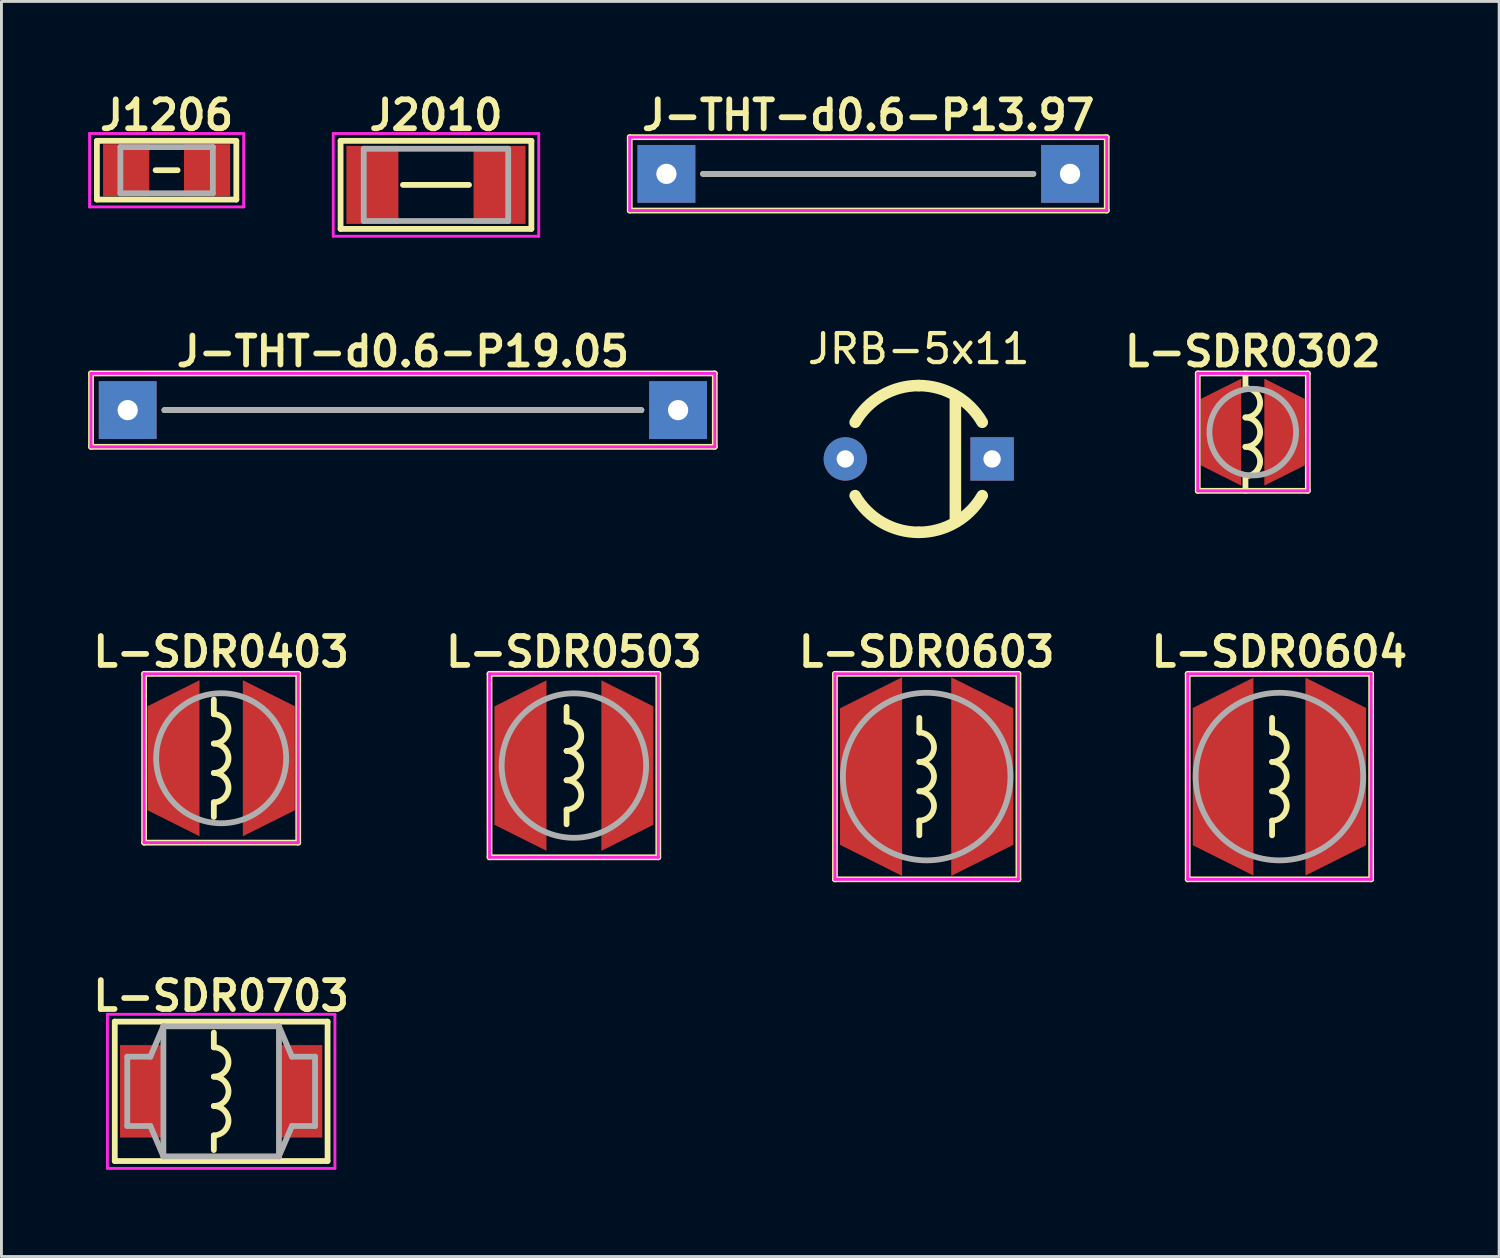
<source format=kicad_pcb>
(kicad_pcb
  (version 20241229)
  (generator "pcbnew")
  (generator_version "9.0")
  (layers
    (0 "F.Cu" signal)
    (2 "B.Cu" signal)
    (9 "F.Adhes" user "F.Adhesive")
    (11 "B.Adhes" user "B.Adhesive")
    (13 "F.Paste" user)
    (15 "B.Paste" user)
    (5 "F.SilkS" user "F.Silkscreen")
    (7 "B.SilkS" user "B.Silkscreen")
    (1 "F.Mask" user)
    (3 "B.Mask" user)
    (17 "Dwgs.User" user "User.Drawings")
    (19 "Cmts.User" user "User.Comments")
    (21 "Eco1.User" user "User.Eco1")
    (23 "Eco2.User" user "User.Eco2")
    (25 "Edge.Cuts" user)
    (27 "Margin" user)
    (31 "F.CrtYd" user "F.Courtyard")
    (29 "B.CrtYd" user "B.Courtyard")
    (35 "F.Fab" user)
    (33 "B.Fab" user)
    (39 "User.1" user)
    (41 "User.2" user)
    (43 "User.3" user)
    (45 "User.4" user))
  (footprint "L-SDR0703"
    (layer "F.Cu")
    (at 4.605 34.723)
    (property "Reference" "L-SDR0703" (at 0 -3.302 0) (layer "F.SilkS") (effects (font (size 1 1) (thickness 0.2))))
    (attr through_hole)
    (fp_line (start -3.683 -2.413) (end -3.683 2.413) (stroke (width 0.2) (type solid)) (layer "F.SilkS"))
    (fp_line (start -3.683 -2.413) (end 3.683 -2.413) (stroke (width 0.2) (type solid)) (layer "F.SilkS"))
    (fp_line (start -3.683 2.413) (end 3.683 2.413) (stroke (width 0.2) (type solid)) (layer "F.SilkS"))
    (fp_line (start -0.254 -1.524) (end -0.254 -2.032) (stroke (width 0.2) (type solid)) (layer "F.SilkS"))
    (fp_line (start -0.254 2.032) (end -0.254 1.524) (stroke (width 0.2) (type solid)) (layer "F.SilkS"))
    (fp_line (start 3.683 -2.413) (end 3.683 2.413) (stroke (width 0.2) (type solid)) (layer "F.SilkS"))
    (fp_arc (start -0.254 -1.524) (mid 0.254 -1.016) (end -0.254 -0.508) (stroke (width 0.2) (type solid)) (layer "F.SilkS"))
    (fp_arc (start -0.254 -0.508) (mid 0.254 0) (end -0.254 0.508) (stroke (width 0.2) (type solid)) (layer "F.SilkS"))
    (fp_arc (start -0.254 0.508) (mid 0.254 1.016) (end -0.254 1.524) (stroke (width 0.2) (type solid)) (layer "F.SilkS"))
    (fp_line (start -3.937 -2.667) (end 3.937 -2.667) (stroke (width 0.1) (type solid)) (layer "F.CrtYd"))
    (fp_line (start -3.937 2.667) (end -3.937 -2.667) (stroke (width 0.1) (type solid)) (layer "F.CrtYd"))
    (fp_line (start 3.937 -2.667) (end 3.937 2.667) (stroke (width 0.1) (type solid)) (layer "F.CrtYd"))
    (fp_line (start 3.937 2.667) (end -3.937 2.667) (stroke (width 0.1) (type solid)) (layer "F.CrtYd"))
    (fp_line (start -3.25 -1.2) (end -3.25 1.2) (stroke (width 0.2) (type solid)) (layer "F.Fab"))
    (fp_line (start -3.25 -1.2) (end -2.45 -1.2) (stroke (width 0.2) (type solid)) (layer "F.Fab"))
    (fp_line (start -3.25 1.2) (end -2.45 1.2) (stroke (width 0.2) (type solid)) (layer "F.Fab"))
    (fp_line (start -2.45 1.2) (end -2 2.25) (stroke (width 0.2) (type solid)) (layer "F.Fab"))
    (fp_line (start -2 -2.25) (end -2.45 -1.2) (stroke (width 0.2) (type solid)) (layer "F.Fab"))
    (fp_line (start -2 -2.25) (end -2 2.25) (stroke (width 0.2) (type solid)) (layer "F.Fab"))
    (fp_line (start -2 -2.25) (end 2 -2.25) (stroke (width 0.2) (type solid)) (layer "F.Fab"))
    (fp_line (start -2 2.25) (end 2 2.25) (stroke (width 0.2) (type solid)) (layer "F.Fab"))
    (fp_line (start 2 -2.25) (end 2 2.25) (stroke (width 0.2) (type solid)) (layer "F.Fab"))
    (fp_line (start 2 -2.25) (end 2.45 -1.2) (stroke (width 0.2) (type solid)) (layer "F.Fab"))
    (fp_line (start 2.45 -1.2) (end 3.25 -1.2) (stroke (width 0.2) (type solid)) (layer "F.Fab"))
    (fp_line (start 2.45 1.2) (end 2 2.25) (stroke (width 0.2) (type solid)) (layer "F.Fab"))
    (fp_line (start 2.45 1.2) (end 3.25 1.2) (stroke (width 0.2) (type solid)) (layer "F.Fab"))
    (fp_line (start 3.25 -1.2) (end 3.25 1.2) (stroke (width 0.2) (type solid)) (layer "F.Fab"))
    (pad "1" smd rect (at -2.75 0) (size 1.5 3.2) (layers "F.Cu" "F.Mask" "F.Paste"))
    (pad "2" smd rect (at 2.75 0) (size 1.5 3.2) (layers "F.Cu" "F.Mask" "F.Paste")))
  (footprint "L-SDR0603"
    (layer "F.Cu")
    (at 29.024 23.829)
    (property "Reference" "L-SDR0603" (at 0 -4.318 0) (layer "F.SilkS") (effects (font (size 1 1) (thickness 0.2))))
    (attr through_hole)
    (fp_line (start -3.175 -3.556) (end -3.175 3.556) (stroke (width 0.2) (type solid)) (layer "F.SilkS"))
    (fp_line (start -3.175 -3.556) (end 3.175 -3.556) (stroke (width 0.2) (type solid)) (layer "F.SilkS"))
    (fp_line (start -3.175 3.556) (end 3.175 3.556) (stroke (width 0.2) (type solid)) (layer "F.SilkS"))
    (fp_line (start -0.254 -1.524) (end -0.254 -2.032) (stroke (width 0.2) (type solid)) (layer "F.SilkS"))
    (fp_line (start -0.254 2.032) (end -0.254 1.524) (stroke (width 0.2) (type solid)) (layer "F.SilkS"))
    (fp_line (start 3.175 -3.556) (end 3.175 3.556) (stroke (width 0.2) (type solid)) (layer "F.SilkS"))
    (fp_arc (start -0.254 -1.524) (mid 0.254 -1.016) (end -0.254 -0.508) (stroke (width 0.2) (type solid)) (layer "F.SilkS"))
    (fp_arc (start -0.254 -0.508) (mid 0.254 0) (end -0.254 0.508) (stroke (width 0.2) (type solid)) (layer "F.SilkS"))
    (fp_arc (start -0.254 0.508) (mid 0.254 1.016) (end -0.254 1.524) (stroke (width 0.2) (type solid)) (layer "F.SilkS"))
    (fp_line (start -3.175 -3.556) (end 3.175 -3.556) (stroke (width 0.1) (type solid)) (layer "F.CrtYd"))
    (fp_line (start -3.175 3.556) (end -3.175 -3.556) (stroke (width 0.1) (type solid)) (layer "F.CrtYd"))
    (fp_line (start 3.175 -3.556) (end 3.175 3.556) (stroke (width 0.1) (type solid)) (layer "F.CrtYd"))
    (fp_line (start 3.175 3.556) (end -3.175 3.556) (stroke (width 0.1) (type solid)) (layer "F.CrtYd"))
    (fp_circle (center 0 0) (end 2.9 0) (stroke (width 0.2) (type solid)) (fill no) (layer "F.Fab"))
    (pad "1" smd trapezoid (at -1.925 0) (size 2.15 5.8) (rect_delta -1.075 0) (layers "F.Cu" "F.Mask"))
    (pad "2" smd trapezoid (at 1.925 0) (size 2.15 5.8) (rect_delta 1.075 0) (layers "F.Cu" "F.Mask")))
  (footprint "J1206"
    (layer "F.Cu")
    (at 2.717 2.841)
    (property "Reference" "J1206" (at 0 -1.905 0) (layer "F.SilkS") (effects (font (size 1 1) (thickness 0.2))))
    (attr through_hole)
    (fp_line (start -2.413 -1.016) (end -2.413 1.016) (stroke (width 0.2) (type solid)) (layer "F.SilkS"))
    (fp_line (start -2.413 -1.016) (end 2.413 -1.016) (stroke (width 0.2) (type solid)) (layer "F.SilkS"))
    (fp_line (start -2.413 1.016) (end 2.413 1.016) (stroke (width 0.2) (type solid)) (layer "F.SilkS"))
    (fp_line (start -0.381 0) (end 0.381 0) (stroke (width 0.2) (type solid)) (layer "F.SilkS"))
    (fp_line (start 2.413 -1.016) (end 2.413 1.016) (stroke (width 0.2) (type solid)) (layer "F.SilkS"))
    (fp_line (start -2.667 -1.27) (end 2.667 -1.27) (stroke (width 0.1) (type solid)) (layer "F.CrtYd"))
    (fp_line (start -2.667 1.27) (end -2.667 -1.27) (stroke (width 0.1) (type solid)) (layer "F.CrtYd"))
    (fp_line (start 2.667 -1.27) (end 2.667 1.27) (stroke (width 0.1) (type solid)) (layer "F.CrtYd"))
    (fp_line (start 2.667 1.27) (end -2.667 1.27) (stroke (width 0.1) (type solid)) (layer "F.CrtYd"))
    (fp_line (start -1.6 -0.8) (end -1.6 0.8) (stroke (width 0.2) (type solid)) (layer "F.Fab"))
    (fp_line (start -1.6 -0.8) (end 1.6 -0.8) (stroke (width 0.2) (type solid)) (layer "F.Fab"))
    (fp_line (start -1.6 0.8) (end 1.6 0.8) (stroke (width 0.2) (type solid)) (layer "F.Fab"))
    (fp_line (start 1.6 -0.8) (end 1.6 0.8) (stroke (width 0.2) (type solid)) (layer "F.Fab"))
    (pad "J" smd rect (at -1.4 0) (size 1.6 1.8) (layers "F.Cu" "F.Mask" "F.Paste"))
    (pad "J" smd rect (at 1.4 0) (size 1.6 1.8) (layers "F.Cu" "F.Mask" "F.Paste")))
  (footprint "J2010"
    (layer "F.Cu")
    (at 12.04 3.349)
    (property "Reference" "J2010" (at 0 -2.413 0) (layer "F.SilkS") (effects (font (size 1 1) (thickness 0.2))))
    (attr through_hole)
    (fp_line (start -3.302 -1.524) (end -3.302 1.524) (stroke (width 0.2) (type solid)) (layer "F.SilkS"))
    (fp_line (start -3.302 -1.524) (end 3.302 -1.524) (stroke (width 0.2) (type solid)) (layer "F.SilkS"))
    (fp_line (start -3.302 1.524) (end 3.302 1.524) (stroke (width 0.2) (type solid)) (layer "F.SilkS"))
    (fp_line (start -1.143 0) (end 1.143 0) (stroke (width 0.2) (type solid)) (layer "F.SilkS"))
    (fp_line (start 3.302 -1.524) (end 3.302 1.524) (stroke (width 0.2) (type solid)) (layer "F.SilkS"))
    (fp_line (start -3.556 -1.778) (end 3.556 -1.778) (stroke (width 0.1) (type solid)) (layer "F.CrtYd"))
    (fp_line (start -3.556 1.778) (end -3.556 -1.778) (stroke (width 0.1) (type solid)) (layer "F.CrtYd"))
    (fp_line (start 3.556 -1.778) (end 3.556 1.778) (stroke (width 0.1) (type solid)) (layer "F.CrtYd"))
    (fp_line (start 3.556 1.778) (end -3.556 1.778) (stroke (width 0.1) (type solid)) (layer "F.CrtYd"))
    (fp_line (start -2.5 -1.25) (end -2.5 1.25) (stroke (width 0.2) (type solid)) (layer "F.Fab"))
    (fp_line (start -2.5 -1.25) (end 2.5 -1.25) (stroke (width 0.2) (type solid)) (layer "F.Fab"))
    (fp_line (start -2.5 1.25) (end 2.5 1.25) (stroke (width 0.2) (type solid)) (layer "F.Fab"))
    (fp_line (start 2.5 -1.25) (end 2.5 1.25) (stroke (width 0.2) (type solid)) (layer "F.Fab"))
    (pad "J" smd rect (at -2.2 0) (size 1.8 2.7) (layers "F.Cu" "F.Mask" "F.Paste"))
    (pad "J" smd rect (at 2.2 0) (size 1.8 2.7) (layers "F.Cu" "F.Mask" "F.Paste")))
  (footprint "J-THT-d0.6-P13.97"
    (layer "F.Cu")
    (at 27.001 2.968)
    (property "Reference" "J-THT-d0.6-P13.97" (at 0 -2.032 0) (layer "F.SilkS") (effects (font (size 1 1) (thickness 0.2))))
    (attr through_hole)
    (fp_line (start -8.255 -1.27) (end -8.255 1.27) (stroke (width 0.2) (type solid)) (layer "F.SilkS"))
    (fp_line (start -8.255 -1.27) (end 8.255 -1.27) (stroke (width 0.2) (type solid)) (layer "F.SilkS"))
    (fp_line (start -8.255 1.27) (end 8.255 1.27) (stroke (width 0.2) (type solid)) (layer "F.SilkS"))
    (fp_line (start -5.715 0) (end 5.715 0) (stroke (width 0.2) (type solid)) (layer "F.SilkS"))
    (fp_line (start 8.255 -1.27) (end 8.255 1.27) (stroke (width 0.2) (type solid)) (layer "F.SilkS"))
    (fp_line (start -8.255 -1.27) (end 8.255 -1.27) (stroke (width 0.1) (type solid)) (layer "F.CrtYd"))
    (fp_line (start -8.255 1.27) (end -8.255 -1.27) (stroke (width 0.1) (type solid)) (layer "F.CrtYd"))
    (fp_line (start 8.255 -1.27) (end 8.255 1.27) (stroke (width 0.1) (type solid)) (layer "F.CrtYd"))
    (fp_line (start 8.255 1.27) (end -8.255 1.27) (stroke (width 0.1) (type solid)) (layer "F.CrtYd"))
    (fp_line (start -5.715 0) (end 5.715 0) (stroke (width 0.2) (type solid)) (layer "F.Fab"))
    (pad "J" thru_hole rect (at -6.985 0) (size 2 2) (drill 0.7) (layers "*.Cu" "*.Mask"))
    (pad "J" thru_hole rect (at 6.985 0) (size 2 2) (drill 0.7) (layers "*.Cu" "*.Mask")))
  (footprint "L-SDR0302"
    (layer "F.Cu")
    (at 40.311 11.907)
    (property "Reference" "L-SDR0302" (at 0 -2.794 0) (layer "F.SilkS") (effects (font (size 1 1) (thickness 0.2))))
    (attr through_hole)
    (fp_line (start -1.905 -2.032) (end -1.905 2.032) (stroke (width 0.2) (type solid)) (layer "F.SilkS"))
    (fp_line (start -1.905 -2.032) (end 1.905 -2.032) (stroke (width 0.2) (type solid)) (layer "F.SilkS"))
    (fp_line (start -1.905 2.032) (end 1.905 2.032) (stroke (width 0.2) (type solid)) (layer "F.SilkS"))
    (fp_line (start -0.254 -1.524) (end -0.254 -2.032) (stroke (width 0.2) (type solid)) (layer "F.SilkS"))
    (fp_line (start -0.254 1.524) (end -0.254 2.032) (stroke (width 0.2) (type solid)) (layer "F.SilkS"))
    (fp_line (start 1.905 -2.032) (end 1.905 2.032) (stroke (width 0.2) (type solid)) (layer "F.SilkS"))
    (fp_arc (start -0.254 -1.524) (mid 0.254 -1.016) (end -0.254 -0.508) (stroke (width 0.2) (type solid)) (layer "F.SilkS"))
    (fp_arc (start -0.254 -0.508) (mid 0.254 0) (end -0.254 0.508) (stroke (width 0.2) (type solid)) (layer "F.SilkS"))
    (fp_arc (start -0.254 0.508) (mid 0.254 1.016) (end -0.254 1.524) (stroke (width 0.2) (type solid)) (layer "F.SilkS"))
    (fp_line (start -1.905 -2.032) (end 1.905 -2.032) (stroke (width 0.1) (type solid)) (layer "F.CrtYd"))
    (fp_line (start -1.905 2.032) (end -1.905 -2.032) (stroke (width 0.1) (type solid)) (layer "F.CrtYd"))
    (fp_line (start 1.905 -2.032) (end 1.905 2.032) (stroke (width 0.1) (type solid)) (layer "F.CrtYd"))
    (fp_line (start 1.905 2.032) (end -1.905 2.032) (stroke (width 0.1) (type solid)) (layer "F.CrtYd"))
    (fp_circle (center 0 0) (end 1.5 0) (stroke (width 0.2) (type solid)) (fill no) (layer "F.Fab"))
    (pad "1" smd trapezoid (at -1.1 0) (size 1.4 3) (rect_delta -0.7 0) (layers "F.Cu" "F.Mask" "F.Paste"))
    (pad "2" smd trapezoid (at 1.1 0) (size 1.4 3) (rect_delta 0.7 0) (layers "F.Cu" "F.Mask" "F.Paste")))
  (footprint "L-SDR0403"
    (layer "F.Cu")
    (at 4.605 23.194)
    (property "Reference" "L-SDR0403" (at 0 -3.683 0) (layer "F.SilkS") (effects (font (size 1 1) (thickness 0.2))))
    (attr through_hole)
    (fp_line (start -2.667 -2.921) (end -2.667 2.921) (stroke (width 0.2) (type solid)) (layer "F.SilkS"))
    (fp_line (start -2.667 -2.921) (end 2.667 -2.921) (stroke (width 0.2) (type solid)) (layer "F.SilkS"))
    (fp_line (start -2.667 2.921) (end 2.667 2.921) (stroke (width 0.2) (type solid)) (layer "F.SilkS"))
    (fp_line (start -0.254 -1.524) (end -0.254 -2.032) (stroke (width 0.2) (type solid)) (layer "F.SilkS"))
    (fp_line (start -0.254 1.524) (end -0.254 2.032) (stroke (width 0.2) (type solid)) (layer "F.SilkS"))
    (fp_line (start 2.667 -2.921) (end 2.667 2.921) (stroke (width 0.2) (type solid)) (layer "F.SilkS"))
    (fp_arc (start -0.254 -1.524) (mid 0.254 -1.016) (end -0.254 -0.508) (stroke (width 0.2) (type solid)) (layer "F.SilkS"))
    (fp_arc (start -0.254 -0.508) (mid 0.254 0) (end -0.254 0.508) (stroke (width 0.2) (type solid)) (layer "F.SilkS"))
    (fp_arc (start -0.254 0.508) (mid 0.254 1.016) (end -0.254 1.524) (stroke (width 0.2) (type solid)) (layer "F.SilkS"))
    (fp_line (start -2.667 -2.921) (end 2.667 -2.921) (stroke (width 0.1) (type solid)) (layer "F.CrtYd"))
    (fp_line (start -2.667 2.921) (end -2.667 -2.921) (stroke (width 0.1) (type solid)) (layer "F.CrtYd"))
    (fp_line (start 2.667 -2.921) (end 2.667 2.921) (stroke (width 0.1) (type solid)) (layer "F.CrtYd"))
    (fp_line (start 2.667 2.921) (end -2.667 2.921) (stroke (width 0.1) (type solid)) (layer "F.CrtYd"))
    (fp_circle (center 0 0) (end 2.25 0) (stroke (width 0.2) (type solid)) (fill no) (layer "F.Fab"))
    (pad "1" smd trapezoid (at -1.65 0) (size 1.8 4.5) (rect_delta -0.9 0) (layers "F.Cu" "F.Mask" "F.Paste"))
    (pad "2" smd trapezoid (at 1.65 0) (size 1.8 4.5) (rect_delta 0.9 0) (layers "F.Cu" "F.Mask" "F.Paste")))
  (footprint "L-SDR0604"
    (layer "F.Cu")
    (at 41.233 23.829)
    (property "Reference" "L-SDR0604" (at 0 -4.318 0) (layer "F.SilkS") (effects (font (size 1 1) (thickness 0.2))))
    (attr through_hole)
    (fp_line (start -3.175 -3.556) (end -3.175 3.556) (stroke (width 0.2) (type solid)) (layer "F.SilkS"))
    (fp_line (start -3.175 -3.556) (end 3.175 -3.556) (stroke (width 0.2) (type solid)) (layer "F.SilkS"))
    (fp_line (start -3.175 3.556) (end 3.175 3.556) (stroke (width 0.2) (type solid)) (layer "F.SilkS"))
    (fp_line (start -0.254 -1.524) (end -0.254 -2.032) (stroke (width 0.2) (type solid)) (layer "F.SilkS"))
    (fp_line (start -0.254 2.032) (end -0.254 1.524) (stroke (width 0.2) (type solid)) (layer "F.SilkS"))
    (fp_line (start 3.175 -3.556) (end 3.175 3.556) (stroke (width 0.2) (type solid)) (layer "F.SilkS"))
    (fp_arc (start -0.254 -1.524) (mid 0.254 -1.016) (end -0.254 -0.508) (stroke (width 0.2) (type solid)) (layer "F.SilkS"))
    (fp_arc (start -0.254 -0.508) (mid 0.254 0) (end -0.254 0.508) (stroke (width 0.2) (type solid)) (layer "F.SilkS"))
    (fp_arc (start -0.254 0.508) (mid 0.254 1.016) (end -0.254 1.524) (stroke (width 0.2) (type solid)) (layer "F.SilkS"))
    (fp_line (start -3.175 -3.556) (end 3.175 -3.556) (stroke (width 0.1) (type solid)) (layer "F.CrtYd"))
    (fp_line (start -3.175 3.556) (end -3.175 -3.556) (stroke (width 0.1) (type solid)) (layer "F.CrtYd"))
    (fp_line (start 3.175 -3.556) (end 3.175 3.556) (stroke (width 0.1) (type solid)) (layer "F.CrtYd"))
    (fp_line (start 3.175 3.556) (end -3.175 3.556) (stroke (width 0.1) (type solid)) (layer "F.CrtYd"))
    (fp_circle (center 0 0) (end 2.9 0) (stroke (width 0.2) (type solid)) (fill no) (layer "F.Fab"))
    (pad "1" smd trapezoid (at -1.95 0) (size 2.1 5.8) (rect_delta -1.05 0) (layers "F.Cu" "F.Mask"))
    (pad "2" smd trapezoid (at 1.95 0) (size 2.1 5.8) (rect_delta 1.05 0) (layers "F.Cu" "F.Mask")))
  (footprint "L-SDR0503"
    (layer "F.Cu")
    (at 16.814 23.448)
    (property "Reference" "L-SDR0503" (at 0 -3.937 0) (layer "F.SilkS") (effects (font (size 1 1) (thickness 0.2))))
    (attr through_hole)
    (fp_line (start -2.921 -3.175) (end -2.921 3.175) (stroke (width 0.2) (type solid)) (layer "F.SilkS"))
    (fp_line (start -2.921 -3.175) (end 2.921 -3.175) (stroke (width 0.2) (type solid)) (layer "F.SilkS"))
    (fp_line (start -2.921 3.175) (end 2.921 3.175) (stroke (width 0.2) (type solid)) (layer "F.SilkS"))
    (fp_line (start -0.254 -1.524) (end -0.254 -2.032) (stroke (width 0.2) (type solid)) (layer "F.SilkS"))
    (fp_line (start -0.254 1.524) (end -0.254 2.032) (stroke (width 0.2) (type solid)) (layer "F.SilkS"))
    (fp_line (start 2.921 -3.175) (end 2.921 3.175) (stroke (width 0.2) (type solid)) (layer "F.SilkS"))
    (fp_arc (start -0.254 -1.524) (mid 0.254 -1.016) (end -0.254 -0.508) (stroke (width 0.2) (type solid)) (layer "F.SilkS"))
    (fp_arc (start -0.254 -0.508) (mid 0.254 0) (end -0.254 0.508) (stroke (width 0.2) (type solid)) (layer "F.SilkS"))
    (fp_arc (start -0.254 0.508) (mid 0.254 1.016) (end -0.254 1.524) (stroke (width 0.2) (type solid)) (layer "F.SilkS"))
    (fp_line (start -2.921 -3.175) (end 2.921 -3.175) (stroke (width 0.1) (type solid)) (layer "F.CrtYd"))
    (fp_line (start -2.921 3.175) (end -2.921 -3.175) (stroke (width 0.1) (type solid)) (layer "F.CrtYd"))
    (fp_line (start 2.921 -3.175) (end 2.921 3.175) (stroke (width 0.1) (type solid)) (layer "F.CrtYd"))
    (fp_line (start 2.921 3.175) (end -2.921 3.175) (stroke (width 0.1) (type solid)) (layer "F.CrtYd"))
    (fp_circle (center 0 0) (end 2.5 0) (stroke (width 0.2) (type solid)) (fill no) (layer "F.Fab"))
    (pad "1" smd trapezoid (at -1.85 0) (size 1.8 5) (rect_delta -0.9 0) (layers "F.Cu" "F.Mask" "F.Paste"))
    (pad "2" smd trapezoid (at 1.85 0) (size 1.8 5) (rect_delta 0.9 0) (layers "F.Cu" "F.Mask" "F.Paste")))
  (footprint "J-THT-d0.6-P19.05"
    (layer "F.Cu")
    (at 10.895 11.145)
    (property "Reference" "J-THT-d0.6-P19.05" (at 0 -2.032 0) (layer "F.SilkS") (effects (font (size 1 1) (thickness 0.2))))
    (attr through_hole)
    (fp_line (start -10.795 -1.27) (end -10.795 1.27) (stroke (width 0.2) (type solid)) (layer "F.SilkS"))
    (fp_line (start -10.795 -1.27) (end 10.795 -1.27) (stroke (width 0.2) (type solid)) (layer "F.SilkS"))
    (fp_line (start -10.795 1.27) (end 10.795 1.27) (stroke (width 0.2) (type solid)) (layer "F.SilkS"))
    (fp_line (start -8.255 0) (end 8.255 0) (stroke (width 0.2) (type solid)) (layer "F.SilkS"))
    (fp_line (start 10.795 -1.27) (end 10.795 1.27) (stroke (width 0.2) (type solid)) (layer "F.SilkS"))
    (fp_line (start -10.795 -1.27) (end 10.795 -1.27) (stroke (width 0.1) (type solid)) (layer "F.CrtYd"))
    (fp_line (start -10.795 1.27) (end -10.795 -1.27) (stroke (width 0.1) (type solid)) (layer "F.CrtYd"))
    (fp_line (start 10.795 -1.27) (end 10.795 1.27) (stroke (width 0.1) (type solid)) (layer "F.CrtYd"))
    (fp_line (start 10.795 1.27) (end -10.795 1.27) (stroke (width 0.1) (type solid)) (layer "F.CrtYd"))
    (fp_line (start -8.255 0) (end 8.255 0) (stroke (width 0.2) (type solid)) (layer "F.Fab"))
    (pad "J" thru_hole rect (at -9.525 0) (size 2 2) (drill 0.7) (layers "*.Cu" "*.Mask"))
    (pad "J" thru_hole rect (at 9.525 0) (size 2 2) (drill 0.7) (layers "*.Cu" "*.Mask")))
  (footprint "JRB-5x11"
    (layer "F.Cu")
    (at 28.748 12.835)
    (property "Reference" "JRB-5x11" (at 0 -3.81 0) (layer "F.SilkS") (effects (font (size 1 1) (thickness 0.15))))
    (attr through_hole)
    (fp_line (start 1.27 -2.032) (end 1.27 2.032) (stroke (width 0.4) (type solid)) (layer "F.SilkS"))
    (fp_arc (start -2.199705 -1.27) (mid -1.27 -2.199705) (end 0 -2.54) (stroke (width 0.4) (type solid)) (layer "F.SilkS"))
    (fp_arc (start 0 -2.54) (mid 1.27 -2.199704) (end 2.199705 -1.27) (stroke (width 0.4) (type solid)) (layer "F.SilkS"))
    (fp_arc (start 0 2.54) (mid -1.27 2.199704) (end -2.199705 1.27) (stroke (width 0.4) (type solid)) (layer "F.SilkS"))
    (fp_arc (start 2.199705 1.27) (mid 1.27 2.199705) (end 0 2.54) (stroke (width 0.4) (type solid)) (layer "F.SilkS"))
    (pad "+" thru_hole circle (at -2.54 0) (size 1.5 1.5) (drill 0.6) (layers "*.Cu" "*.Mask"))
    (pad "-" thru_hole rect (at 2.54 0) (size 1.5 1.5) (drill 0.6) (layers "*.Cu" "*.Mask")))
  (gr_rect
    (start -3 -3)
    (end 48.838 40.44)
    (stroke (width 0.1) (type default))
    (fill no)
    (layer "Edge.Cuts")))
</source>
